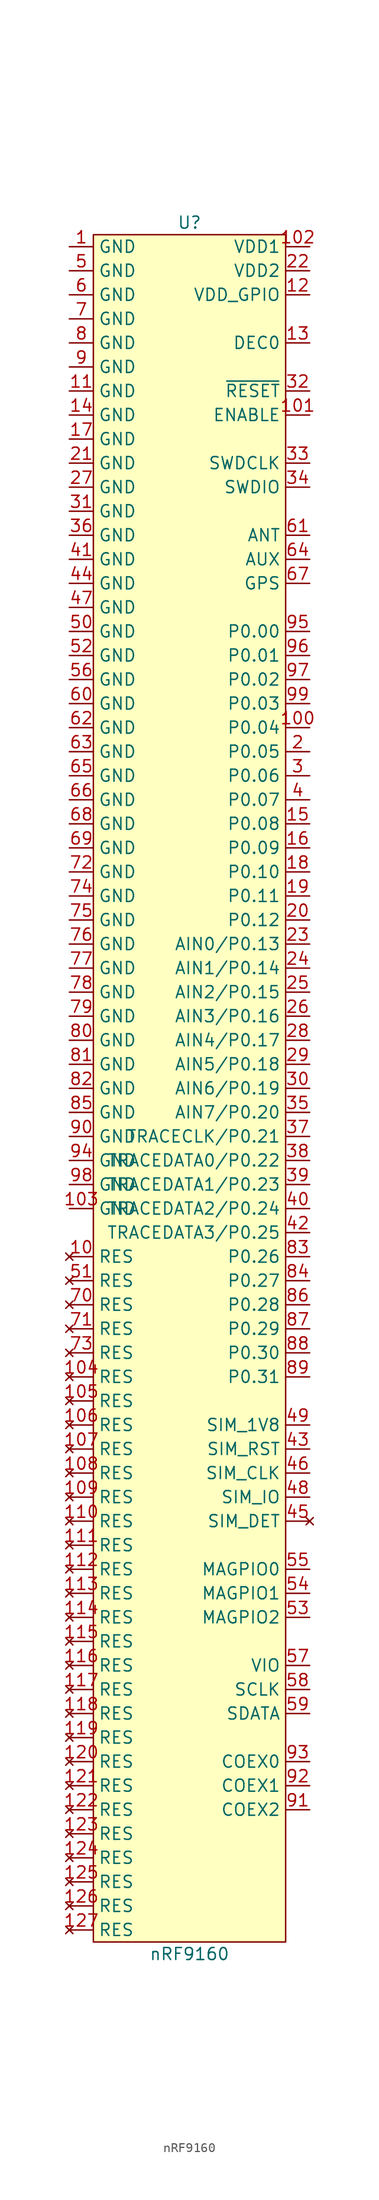
<source format=kicad_sym>
(kicad_symbol_lib
  (version 20220914)
  (generator kicad_symbol_editor)
  (symbol "nRF9160"
    (property "Reference" "U"
      (at 0 91.44 0)
      (effects (font (size 1.27 1.27))))
    (property "Value" "nRF9160"
      (at 0 -91.44 0)
      (effects (font (size 1.27 1.27))))
    (symbol "nRF9160_1_1"
      (rectangle (start -10.16 90.17) (end 10.16 -90.17) (stroke (width 0) (type default)) (fill (type background)))
      (pin power_in line (at -12.7 88.9 0) (length 2.54) (name "GND" (effects (font (size 1.27 1.27)))) (number "1" (effects (font (size 1.27 1.27)))))
      (pin no_connect line (at -12.7 -17.78 0) (length 2.54) (name "RES" (effects (font (size 1.27 1.27)))) (number "10" (effects (font (size 1.27 1.27)))))
      (pin bidirectional line (at 12.7 38.1 180) (length 2.54) (name "P0.04" (effects (font (size 1.27 1.27)))) (number "100" (effects (font (size 1.27 1.27)))))
      (pin input line (at 12.7 71.12 180) (length 2.54) (name "ENABLE" (effects (font (size 1.27 1.27)))) (number "101" (effects (font (size 1.27 1.27)))))
      (pin power_in line (at 12.7 88.9 180) (length 2.54) (name "VDD1" (effects (font (size 1.27 1.27)))) (number "102" (effects (font (size 1.27 1.27)))))
      (pin power_in line (at -12.7 -12.7 0) (length 2.54) (name "GND" (effects (font (size 1.27 1.27)))) (number "103" (effects (font (size 1.27 1.27)))))
      (pin no_connect line (at -12.7 -30.48 0) (length 2.54) (name "RES" (effects (font (size 1.27 1.27)))) (number "104" (effects (font (size 1.27 1.27)))))
      (pin no_connect line (at -12.7 -33.02 0) (length 2.54) (name "RES" (effects (font (size 1.27 1.27)))) (number "105" (effects (font (size 1.27 1.27)))))
      (pin no_connect line (at -12.7 -35.56 0) (length 2.54) (name "RES" (effects (font (size 1.27 1.27)))) (number "106" (effects (font (size 1.27 1.27)))))
      (pin no_connect line (at -12.7 -38.1 0) (length 2.54) (name "RES" (effects (font (size 1.27 1.27)))) (number "107" (effects (font (size 1.27 1.27)))))
      (pin no_connect line (at -12.7 -40.64 0) (length 2.54) (name "RES" (effects (font (size 1.27 1.27)))) (number "108" (effects (font (size 1.27 1.27)))))
      (pin no_connect line (at -12.7 -43.18 0) (length 2.54) (name "RES" (effects (font (size 1.27 1.27)))) (number "109" (effects (font (size 1.27 1.27)))))
      (pin power_in line (at -12.7 73.66 0) (length 2.54) (name "GND" (effects (font (size 1.27 1.27)))) (number "11" (effects (font (size 1.27 1.27)))))
      (pin no_connect line (at -12.7 -45.72 0) (length 2.54) (name "RES" (effects (font (size 1.27 1.27)))) (number "110" (effects (font (size 1.27 1.27)))))
      (pin no_connect line (at -12.7 -48.26 0) (length 2.54) (name "RES" (effects (font (size 1.27 1.27)))) (number "111" (effects (font (size 1.27 1.27)))))
      (pin no_connect line (at -12.7 -50.8 0) (length 2.54) (name "RES" (effects (font (size 1.27 1.27)))) (number "112" (effects (font (size 1.27 1.27)))))
      (pin no_connect line (at -12.7 -53.34 0) (length 2.54) (name "RES" (effects (font (size 1.27 1.27)))) (number "113" (effects (font (size 1.27 1.27)))))
      (pin no_connect line (at -12.7 -55.88 0) (length 2.54) (name "RES" (effects (font (size 1.27 1.27)))) (number "114" (effects (font (size 1.27 1.27)))))
      (pin no_connect line (at -12.7 -58.42 0) (length 2.54) (name "RES" (effects (font (size 1.27 1.27)))) (number "115" (effects (font (size 1.27 1.27)))))
      (pin no_connect line (at -12.7 -60.96 0) (length 2.54) (name "RES" (effects (font (size 1.27 1.27)))) (number "116" (effects (font (size 1.27 1.27)))))
      (pin no_connect line (at -12.7 -63.5 0) (length 2.54) (name "RES" (effects (font (size 1.27 1.27)))) (number "117" (effects (font (size 1.27 1.27)))))
      (pin no_connect line (at -12.7 -66.04 0) (length 2.54) (name "RES" (effects (font (size 1.27 1.27)))) (number "118" (effects (font (size 1.27 1.27)))))
      (pin no_connect line (at -12.7 -68.58 0) (length 2.54) (name "RES" (effects (font (size 1.27 1.27)))) (number "119" (effects (font (size 1.27 1.27)))))
      (pin power_in line (at 12.7 83.82 180) (length 2.54) (name "VDD_GPIO" (effects (font (size 1.27 1.27)))) (number "12" (effects (font (size 1.27 1.27)))))
      (pin no_connect line (at -12.7 -71.12 0) (length 2.54) (name "RES" (effects (font (size 1.27 1.27)))) (number "120" (effects (font (size 1.27 1.27)))))
      (pin no_connect line (at -12.7 -73.66 0) (length 2.54) (name "RES" (effects (font (size 1.27 1.27)))) (number "121" (effects (font (size 1.27 1.27)))))
      (pin no_connect line (at -12.7 -76.2 0) (length 2.54) (name "RES" (effects (font (size 1.27 1.27)))) (number "122" (effects (font (size 1.27 1.27)))))
      (pin no_connect line (at -12.7 -78.74 0) (length 2.54) (name "RES" (effects (font (size 1.27 1.27)))) (number "123" (effects (font (size 1.27 1.27)))))
      (pin no_connect line (at -12.7 -81.28 0) (length 2.54) (name "RES" (effects (font (size 1.27 1.27)))) (number "124" (effects (font (size 1.27 1.27)))))
      (pin no_connect line (at -12.7 -83.82 0) (length 2.54) (name "RES" (effects (font (size 1.27 1.27)))) (number "125" (effects (font (size 1.27 1.27)))))
      (pin no_connect line (at -12.7 -86.36 0) (length 2.54) (name "RES" (effects (font (size 1.27 1.27)))) (number "126" (effects (font (size 1.27 1.27)))))
      (pin no_connect line (at -12.7 -88.9 0) (length 2.54) (name "RES" (effects (font (size 1.27 1.27)))) (number "127" (effects (font (size 1.27 1.27)))))
      (pin power_out line (at 12.7 78.74 180) (length 2.54) (name "DEC0" (effects (font (size 1.27 1.27)))) (number "13" (effects (font (size 1.27 1.27)))))
      (pin power_in line (at -12.7 71.12 0) (length 2.54) (name "GND" (effects (font (size 1.27 1.27)))) (number "14" (effects (font (size 1.27 1.27)))))
      (pin bidirectional line (at 12.7 27.94 180) (length 2.54) (name "P0.08" (effects (font (size 1.27 1.27)))) (number "15" (effects (font (size 1.27 1.27)))))
      (pin bidirectional line (at 12.7 25.4 180) (length 2.54) (name "P0.09" (effects (font (size 1.27 1.27)))) (number "16" (effects (font (size 1.27 1.27)))))
      (pin power_in line (at -12.7 68.58 0) (length 2.54) (name "GND" (effects (font (size 1.27 1.27)))) (number "17" (effects (font (size 1.27 1.27)))))
      (pin bidirectional line (at 12.7 22.86 180) (length 2.54) (name "P0.10" (effects (font (size 1.27 1.27)))) (number "18" (effects (font (size 1.27 1.27)))))
      (pin bidirectional line (at 12.7 20.32 180) (length 2.54) (name "P0.11" (effects (font (size 1.27 1.27)))) (number "19" (effects (font (size 1.27 1.27)))))
      (pin bidirectional line (at 12.7 35.56 180) (length 2.54) (name "P0.05" (effects (font (size 1.27 1.27)))) (number "2" (effects (font (size 1.27 1.27)))))
      (pin bidirectional line (at 12.7 17.78 180) (length 2.54) (name "P0.12" (effects (font (size 1.27 1.27)))) (number "20" (effects (font (size 1.27 1.27)))))
      (pin power_in line (at -12.7 66.04 0) (length 2.54) (name "GND" (effects (font (size 1.27 1.27)))) (number "21" (effects (font (size 1.27 1.27)))))
      (pin power_in line (at 12.7 86.36 180) (length 2.54) (name "VDD2" (effects (font (size 1.27 1.27)))) (number "22" (effects (font (size 1.27 1.27)))))
      (pin bidirectional line (at 12.7 15.24 180) (length 2.54) (name "AIN0/P0.13" (effects (font (size 1.27 1.27)))) (number "23" (effects (font (size 1.27 1.27)))))
      (pin bidirectional line (at 12.7 12.7 180) (length 2.54) (name "AIN1/P0.14" (effects (font (size 1.27 1.27)))) (number "24" (effects (font (size 1.27 1.27)))))
      (pin bidirectional line (at 12.7 10.16 180) (length 2.54) (name "AIN2/P0.15" (effects (font (size 1.27 1.27)))) (number "25" (effects (font (size 1.27 1.27)))))
      (pin bidirectional line (at 12.7 7.62 180) (length 2.54) (name "AIN3/P0.16" (effects (font (size 1.27 1.27)))) (number "26" (effects (font (size 1.27 1.27)))))
      (pin power_in line (at -12.7 63.5 0) (length 2.54) (name "GND" (effects (font (size 1.27 1.27)))) (number "27" (effects (font (size 1.27 1.27)))))
      (pin bidirectional line (at 12.7 5.08 180) (length 2.54) (name "AIN4/P0.17" (effects (font (size 1.27 1.27)))) (number "28" (effects (font (size 1.27 1.27)))))
      (pin bidirectional line (at 12.7 2.54 180) (length 2.54) (name "AIN5/P0.18" (effects (font (size 1.27 1.27)))) (number "29" (effects (font (size 1.27 1.27)))))
      (pin bidirectional line (at 12.7 33.02 180) (length 2.54) (name "P0.06" (effects (font (size 1.27 1.27)))) (number "3" (effects (font (size 1.27 1.27)))))
      (pin bidirectional line (at 12.7 0 180) (length 2.54) (name "AIN6/P0.19" (effects (font (size 1.27 1.27)))) (number "30" (effects (font (size 1.27 1.27)))))
      (pin power_in line (at -12.7 60.96 0) (length 2.54) (name "GND" (effects (font (size 1.27 1.27)))) (number "31" (effects (font (size 1.27 1.27)))))
      (pin input line (at 12.7 73.66 180) (length 2.54) (name "~{RESET}" (effects (font (size 1.27 1.27)))) (number "32" (effects (font (size 1.27 1.27)))))
      (pin input line (at 12.7 66.04 180) (length 2.54) (name "SWDCLK" (effects (font (size 1.27 1.27)))) (number "33" (effects (font (size 1.27 1.27)))))
      (pin bidirectional line (at 12.7 63.5 180) (length 2.54) (name "SWDIO" (effects (font (size 1.27 1.27)))) (number "34" (effects (font (size 1.27 1.27)))))
      (pin bidirectional line (at 12.7 -2.54 180) (length 2.54) (name "AIN7/P0.20" (effects (font (size 1.27 1.27)))) (number "35" (effects (font (size 1.27 1.27)))))
      (pin power_in line (at -12.7 58.42 0) (length 2.54) (name "GND" (effects (font (size 1.27 1.27)))) (number "36" (effects (font (size 1.27 1.27)))))
      (pin bidirectional line (at 12.7 -5.08 180) (length 2.54) (name "TRACECLK/P0.21" (effects (font (size 1.27 1.27)))) (number "37" (effects (font (size 1.27 1.27)))))
      (pin bidirectional line (at 12.7 -7.62 180) (length 2.54) (name "TRACEDATA0/P0.22" (effects (font (size 1.27 1.27)))) (number "38" (effects (font (size 1.27 1.27)))))
      (pin bidirectional line (at 12.7 -10.16 180) (length 2.54) (name "TRACEDATA1/P0.23" (effects (font (size 1.27 1.27)))) (number "39" (effects (font (size 1.27 1.27)))))
      (pin bidirectional line (at 12.7 30.48 180) (length 2.54) (name "P0.07" (effects (font (size 1.27 1.27)))) (number "4" (effects (font (size 1.27 1.27)))))
      (pin bidirectional line (at 12.7 -12.7 180) (length 2.54) (name "TRACEDATA2/P0.24" (effects (font (size 1.27 1.27)))) (number "40" (effects (font (size 1.27 1.27)))))
      (pin power_in line (at -12.7 55.88 0) (length 2.54) (name "GND" (effects (font (size 1.27 1.27)))) (number "41" (effects (font (size 1.27 1.27)))))
      (pin bidirectional line (at 12.7 -15.24 180) (length 2.54) (name "TRACEDATA3/P0.25" (effects (font (size 1.27 1.27)))) (number "42" (effects (font (size 1.27 1.27)))))
      (pin output line (at 12.7 -38.1 180) (length 2.54) (name "SIM_RST" (effects (font (size 1.27 1.27)))) (number "43" (effects (font (size 1.27 1.27)))))
      (pin power_in line (at -12.7 53.34 0) (length 2.54) (name "GND" (effects (font (size 1.27 1.27)))) (number "44" (effects (font (size 1.27 1.27)))))
      (pin no_connect line (at 12.7 -45.72 180) (length 2.54) (name "SIM_DET" (effects (font (size 1.27 1.27)))) (number "45" (effects (font (size 1.27 1.27)))))
      (pin output line (at 12.7 -40.64 180) (length 2.54) (name "SIM_CLK" (effects (font (size 1.27 1.27)))) (number "46" (effects (font (size 1.27 1.27)))))
      (pin power_in line (at -12.7 50.8 0) (length 2.54) (name "GND" (effects (font (size 1.27 1.27)))) (number "47" (effects (font (size 1.27 1.27)))))
      (pin bidirectional line (at 12.7 -43.18 180) (length 2.54) (name "SIM_IO" (effects (font (size 1.27 1.27)))) (number "48" (effects (font (size 1.27 1.27)))))
      (pin power_out line (at 12.7 -35.56 180) (length 2.54) (name "SIM_1V8" (effects (font (size 1.27 1.27)))) (number "49" (effects (font (size 1.27 1.27)))))
      (pin power_in line (at -12.7 86.36 0) (length 2.54) (name "GND" (effects (font (size 1.27 1.27)))) (number "5" (effects (font (size 1.27 1.27)))))
      (pin power_in line (at -12.7 48.26 0) (length 2.54) (name "GND" (effects (font (size 1.27 1.27)))) (number "50" (effects (font (size 1.27 1.27)))))
      (pin no_connect line (at -12.7 -20.32 0) (length 2.54) (name "RES" (effects (font (size 1.27 1.27)))) (number "51" (effects (font (size 1.27 1.27)))))
      (pin power_in line (at -12.7 45.72 0) (length 2.54) (name "GND" (effects (font (size 1.27 1.27)))) (number "52" (effects (font (size 1.27 1.27)))))
      (pin output line (at 12.7 -55.88 180) (length 2.54) (name "MAGPIO2" (effects (font (size 1.27 1.27)))) (number "53" (effects (font (size 1.27 1.27)))))
      (pin output line (at 12.7 -53.34 180) (length 2.54) (name "MAGPIO1" (effects (font (size 1.27 1.27)))) (number "54" (effects (font (size 1.27 1.27)))))
      (pin output line (at 12.7 -50.8 180) (length 2.54) (name "MAGPIO0" (effects (font (size 1.27 1.27)))) (number "55" (effects (font (size 1.27 1.27)))))
      (pin power_in line (at -12.7 43.18 0) (length 2.54) (name "GND" (effects (font (size 1.27 1.27)))) (number "56" (effects (font (size 1.27 1.27)))))
      (pin power_out line (at 12.7 -60.96 180) (length 2.54) (name "VIO" (effects (font (size 1.27 1.27)))) (number "57" (effects (font (size 1.27 1.27)))))
      (pin output line (at 12.7 -63.5 180) (length 2.54) (name "SCLK" (effects (font (size 1.27 1.27)))) (number "58" (effects (font (size 1.27 1.27)))))
      (pin output line (at 12.7 -66.04 180) (length 2.54) (name "SDATA" (effects (font (size 1.27 1.27)))) (number "59" (effects (font (size 1.27 1.27)))))
      (pin power_in line (at -12.7 83.82 0) (length 2.54) (name "GND" (effects (font (size 1.27 1.27)))) (number "6" (effects (font (size 1.27 1.27)))))
      (pin power_in line (at -12.7 40.64 0) (length 2.54) (name "GND" (effects (font (size 1.27 1.27)))) (number "60" (effects (font (size 1.27 1.27)))))
      (pin input line (at 12.7 58.42 180) (length 2.54) (name "ANT" (effects (font (size 1.27 1.27)))) (number "61" (effects (font (size 1.27 1.27)))))
      (pin power_in line (at -12.7 38.1 0) (length 2.54) (name "GND" (effects (font (size 1.27 1.27)))) (number "62" (effects (font (size 1.27 1.27)))))
      (pin power_in line (at -12.7 35.56 0) (length 2.54) (name "GND" (effects (font (size 1.27 1.27)))) (number "63" (effects (font (size 1.27 1.27)))))
      (pin output line (at 12.7 55.88 180) (length 2.54) (name "AUX" (effects (font (size 1.27 1.27)))) (number "64" (effects (font (size 1.27 1.27)))))
      (pin power_in line (at -12.7 33.02 0) (length 2.54) (name "GND" (effects (font (size 1.27 1.27)))) (number "65" (effects (font (size 1.27 1.27)))))
      (pin power_in line (at -12.7 30.48 0) (length 2.54) (name "GND" (effects (font (size 1.27 1.27)))) (number "66" (effects (font (size 1.27 1.27)))))
      (pin input line (at 12.7 53.34 180) (length 2.54) (name "GPS" (effects (font (size 1.27 1.27)))) (number "67" (effects (font (size 1.27 1.27)))))
      (pin power_in line (at -12.7 27.94 0) (length 2.54) (name "GND" (effects (font (size 1.27 1.27)))) (number "68" (effects (font (size 1.27 1.27)))))
      (pin power_in line (at -12.7 25.4 0) (length 2.54) (name "GND" (effects (font (size 1.27 1.27)))) (number "69" (effects (font (size 1.27 1.27)))))
      (pin power_in line (at -12.7 81.28 0) (length 2.54) (name "GND" (effects (font (size 1.27 1.27)))) (number "7" (effects (font (size 1.27 1.27)))))
      (pin no_connect line (at -12.7 -22.86 0) (length 2.54) (name "RES" (effects (font (size 1.27 1.27)))) (number "70" (effects (font (size 1.27 1.27)))))
      (pin no_connect line (at -12.7 -25.4 0) (length 2.54) (name "RES" (effects (font (size 1.27 1.27)))) (number "71" (effects (font (size 1.27 1.27)))))
      (pin power_in line (at -12.7 22.86 0) (length 2.54) (name "GND" (effects (font (size 1.27 1.27)))) (number "72" (effects (font (size 1.27 1.27)))))
      (pin no_connect line (at -12.7 -27.94 0) (length 2.54) (name "RES" (effects (font (size 1.27 1.27)))) (number "73" (effects (font (size 1.27 1.27)))))
      (pin power_in line (at -12.7 20.32 0) (length 2.54) (name "GND" (effects (font (size 1.27 1.27)))) (number "74" (effects (font (size 1.27 1.27)))))
      (pin power_in line (at -12.7 17.78 0) (length 2.54) (name "GND" (effects (font (size 1.27 1.27)))) (number "75" (effects (font (size 1.27 1.27)))))
      (pin power_in line (at -12.7 15.24 0) (length 2.54) (name "GND" (effects (font (size 1.27 1.27)))) (number "76" (effects (font (size 1.27 1.27)))))
      (pin power_in line (at -12.7 12.7 0) (length 2.54) (name "GND" (effects (font (size 1.27 1.27)))) (number "77" (effects (font (size 1.27 1.27)))))
      (pin power_in line (at -12.7 10.16 0) (length 2.54) (name "GND" (effects (font (size 1.27 1.27)))) (number "78" (effects (font (size 1.27 1.27)))))
      (pin power_in line (at -12.7 7.62 0) (length 2.54) (name "GND" (effects (font (size 1.27 1.27)))) (number "79" (effects (font (size 1.27 1.27)))))
      (pin power_in line (at -12.7 78.74 0) (length 2.54) (name "GND" (effects (font (size 1.27 1.27)))) (number "8" (effects (font (size 1.27 1.27)))))
      (pin power_in line (at -12.7 5.08 0) (length 2.54) (name "GND" (effects (font (size 1.27 1.27)))) (number "80" (effects (font (size 1.27 1.27)))))
      (pin power_in line (at -12.7 2.54 0) (length 2.54) (name "GND" (effects (font (size 1.27 1.27)))) (number "81" (effects (font (size 1.27 1.27)))))
      (pin power_in line (at -12.7 0 0) (length 2.54) (name "GND" (effects (font (size 1.27 1.27)))) (number "82" (effects (font (size 1.27 1.27)))))
      (pin bidirectional line (at 12.7 -17.78 180) (length 2.54) (name "P0.26" (effects (font (size 1.27 1.27)))) (number "83" (effects (font (size 1.27 1.27)))))
      (pin bidirectional line (at 12.7 -20.32 180) (length 2.54) (name "P0.27" (effects (font (size 1.27 1.27)))) (number "84" (effects (font (size 1.27 1.27)))))
      (pin power_in line (at -12.7 -2.54 0) (length 2.54) (name "GND" (effects (font (size 1.27 1.27)))) (number "85" (effects (font (size 1.27 1.27)))))
      (pin bidirectional line (at 12.7 -22.86 180) (length 2.54) (name "P0.28" (effects (font (size 1.27 1.27)))) (number "86" (effects (font (size 1.27 1.27)))))
      (pin bidirectional line (at 12.7 -25.4 180) (length 2.54) (name "P0.29" (effects (font (size 1.27 1.27)))) (number "87" (effects (font (size 1.27 1.27)))))
      (pin bidirectional line (at 12.7 -27.94 180) (length 2.54) (name "P0.30" (effects (font (size 1.27 1.27)))) (number "88" (effects (font (size 1.27 1.27)))))
      (pin bidirectional line (at 12.7 -30.48 180) (length 2.54) (name "P0.31" (effects (font (size 1.27 1.27)))) (number "89" (effects (font (size 1.27 1.27)))))
      (pin power_in line (at -12.7 76.2 0) (length 2.54) (name "GND" (effects (font (size 1.27 1.27)))) (number "9" (effects (font (size 1.27 1.27)))))
      (pin power_in line (at -12.7 -5.08 0) (length 2.54) (name "GND" (effects (font (size 1.27 1.27)))) (number "90" (effects (font (size 1.27 1.27)))))
      (pin output line (at 12.7 -76.2 180) (length 2.54) (name "COEX2" (effects (font (size 1.27 1.27)))) (number "91" (effects (font (size 1.27 1.27)))))
      (pin output line (at 12.7 -73.66 180) (length 2.54) (name "COEX1" (effects (font (size 1.27 1.27)))) (number "92" (effects (font (size 1.27 1.27)))))
      (pin output line (at 12.7 -71.12 180) (length 2.54) (name "COEX0" (effects (font (size 1.27 1.27)))) (number "93" (effects (font (size 1.27 1.27)))))
      (pin power_in line (at -12.7 -7.62 0) (length 2.54) (name "GND" (effects (font (size 1.27 1.27)))) (number "94" (effects (font (size 1.27 1.27)))))
      (pin bidirectional line (at 12.7 48.26 180) (length 2.54) (name "P0.00" (effects (font (size 1.27 1.27)))) (number "95" (effects (font (size 1.27 1.27)))))
      (pin bidirectional line (at 12.7 45.72 180) (length 2.54) (name "P0.01" (effects (font (size 1.27 1.27)))) (number "96" (effects (font (size 1.27 1.27)))))
      (pin bidirectional line (at 12.7 43.18 180) (length 2.54) (name "P0.02" (effects (font (size 1.27 1.27)))) (number "97" (effects (font (size 1.27 1.27)))))
      (pin power_in line (at -12.7 -10.16 0) (length 2.54) (name "GND" (effects (font (size 1.27 1.27)))) (number "98" (effects (font (size 1.27 1.27)))))
      (pin bidirectional line (at 12.7 40.64 180) (length 2.54) (name "P0.03" (effects (font (size 1.27 1.27)))) (number "99" (effects (font (size 1.27 1.27))))))))
</source>
